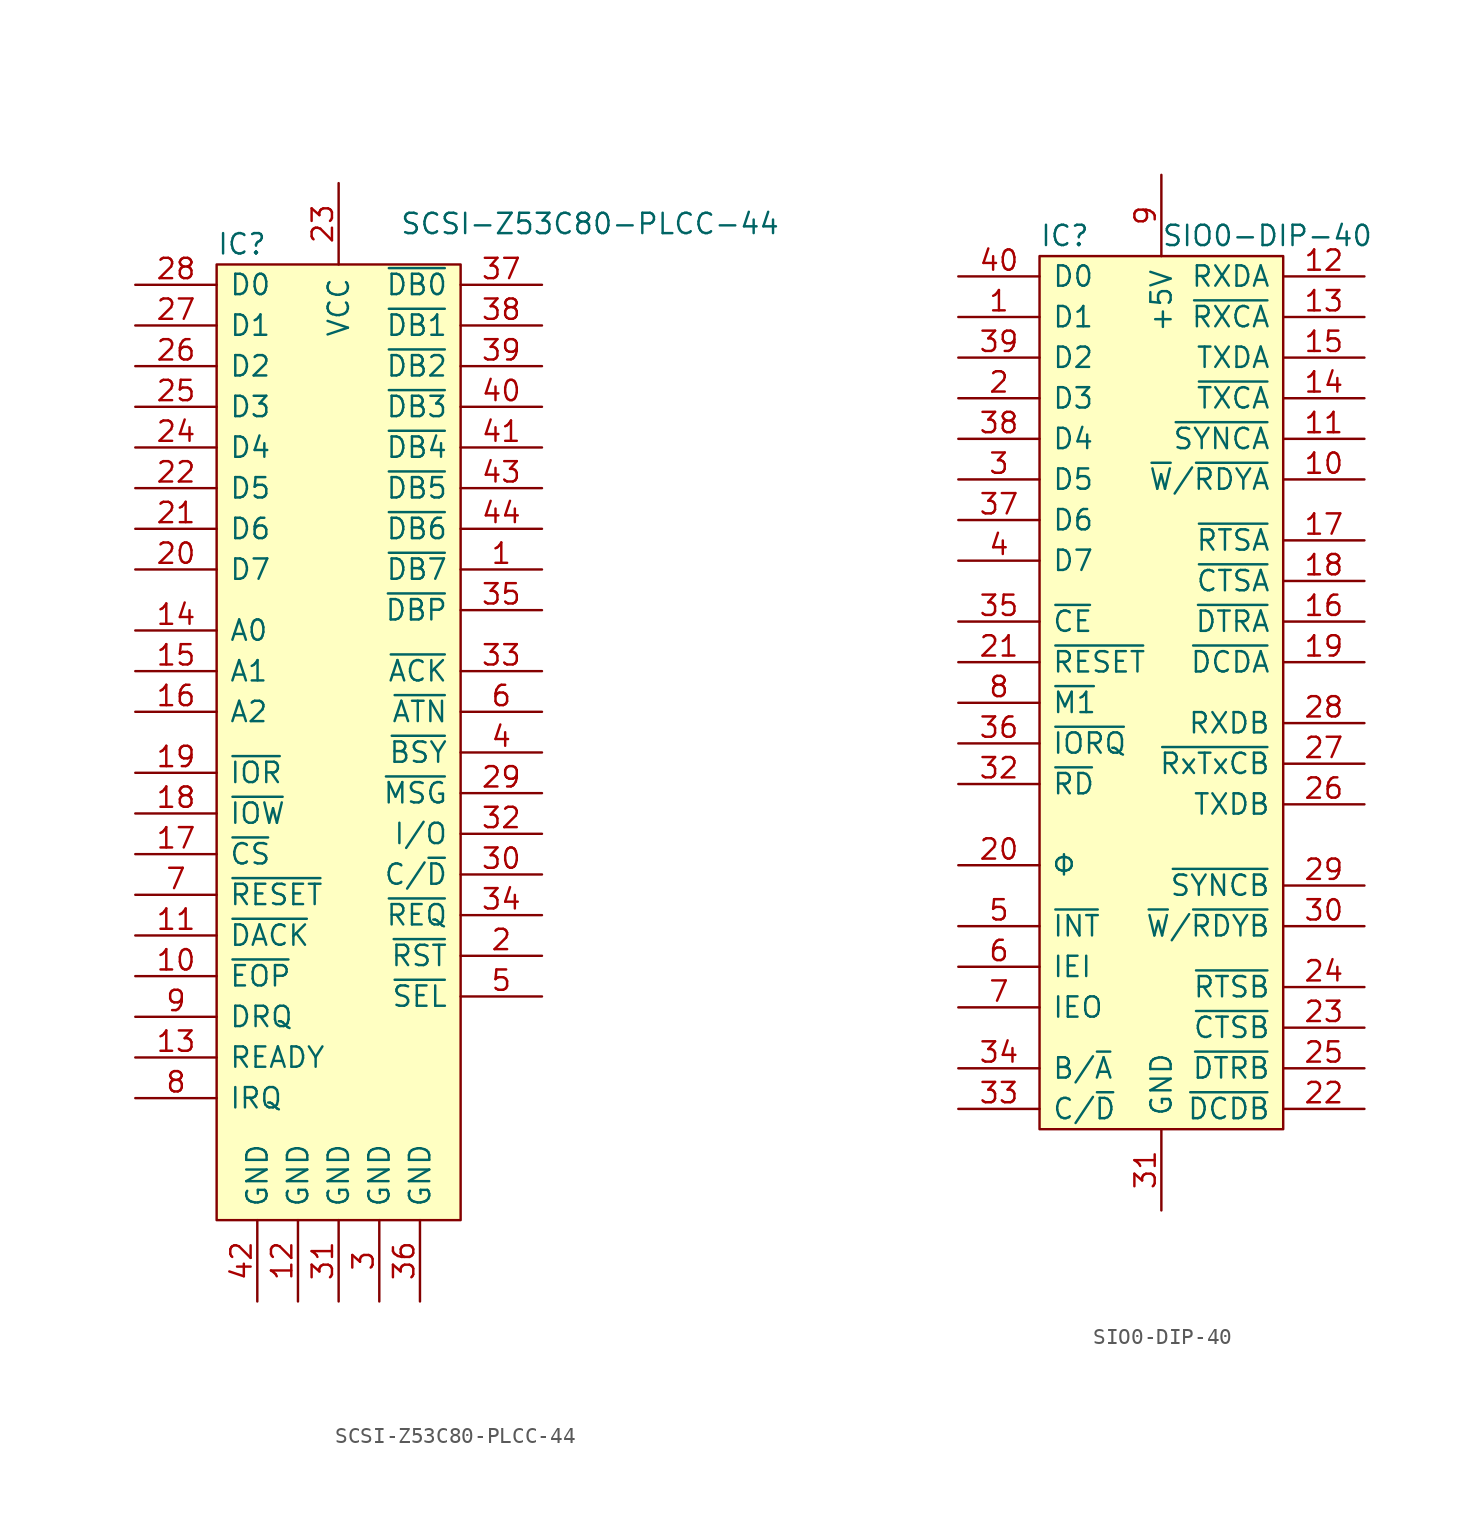
<source format=kicad_sym>
(kicad_symbol_lib
  (version 20211014)
  (generator kicad_symbol_editor)
  (symbol "SCSI-Z53C80-PLCC-44"
    (pin_names
      (offset 0.762))
    (property "Reference" "IC"
      (at 0 1.27 0)
      (effects (font (size 1.27 1.27)) (justify left)))
    (property "Value" "SCSI-Z53C80-PLCC-44"
      (at 11.43 2.54 0)
      (effects (font (size 1.27 1.27)) (justify left)))
    (symbol "SCSI-Z53C80-PLCC-44_0_0"
      (pin bidirectional line (at 20.32 -19.05 180) (length 5.08) (name "~{DB7}" (effects (font (size 1.27 1.27)))) (number "1" (effects (font (size 1.27 1.27)))))
      (pin input line (at -5.08 -44.45 0) (length 5.08) (name "~{EOP}" (effects (font (size 1.27 1.27)))) (number "10" (effects (font (size 1.27 1.27)))))
      (pin input line (at -5.08 -41.91 0) (length 5.08) (name "~{DACK}" (effects (font (size 1.27 1.27)))) (number "11" (effects (font (size 1.27 1.27)))))
      (pin power_in line (at 5.08 -64.77 90) (length 5.08) (name "GND" (effects (font (size 1.27 1.27)))) (number "12" (effects (font (size 1.27 1.27)))))
      (pin output line (at -5.08 -49.53 0) (length 5.08) (name "READY" (effects (font (size 1.27 1.27)))) (number "13" (effects (font (size 1.27 1.27)))))
      (pin input line (at -5.08 -22.86 0) (length 5.08) (name "A0" (effects (font (size 1.27 1.27)))) (number "14" (effects (font (size 1.27 1.27)))))
      (pin input line (at -5.08 -25.4 0) (length 5.08) (name "A1" (effects (font (size 1.27 1.27)))) (number "15" (effects (font (size 1.27 1.27)))))
      (pin input line (at -5.08 -27.94 0) (length 5.08) (name "A2" (effects (font (size 1.27 1.27)))) (number "16" (effects (font (size 1.27 1.27)))))
      (pin input line (at -5.08 -36.83 0) (length 5.08) (name "~{CS}" (effects (font (size 1.27 1.27)))) (number "17" (effects (font (size 1.27 1.27)))))
      (pin input line (at -5.08 -34.29 0) (length 5.08) (name "~{IOW}" (effects (font (size 1.27 1.27)))) (number "18" (effects (font (size 1.27 1.27)))))
      (pin input line (at -5.08 -31.75 0) (length 5.08) (name "~{IOR}" (effects (font (size 1.27 1.27)))) (number "19" (effects (font (size 1.27 1.27)))))
      (pin bidirectional line (at 20.32 -43.18 180) (length 5.08) (name "~{RST}" (effects (font (size 1.27 1.27)))) (number "2" (effects (font (size 1.27 1.27)))))
      (pin bidirectional line (at -5.08 -19.05 0) (length 5.08) (name "D7" (effects (font (size 1.27 1.27)))) (number "20" (effects (font (size 1.27 1.27)))))
      (pin bidirectional line (at -5.08 -16.51 0) (length 5.08) (name "D6" (effects (font (size 1.27 1.27)))) (number "21" (effects (font (size 1.27 1.27)))))
      (pin bidirectional line (at -5.08 -13.97 0) (length 5.08) (name "D5" (effects (font (size 1.27 1.27)))) (number "22" (effects (font (size 1.27 1.27)))))
      (pin power_in line (at 7.62 5.08 270) (length 5.08) (name "VCC" (effects (font (size 1.27 1.27)))) (number "23" (effects (font (size 1.27 1.27)))))
      (pin bidirectional line (at -5.08 -11.43 0) (length 5.08) (name "D4" (effects (font (size 1.27 1.27)))) (number "24" (effects (font (size 1.27 1.27)))))
      (pin bidirectional line (at -5.08 -8.89 0) (length 5.08) (name "D3" (effects (font (size 1.27 1.27)))) (number "25" (effects (font (size 1.27 1.27)))))
      (pin bidirectional line (at -5.08 -6.35 0) (length 5.08) (name "D2" (effects (font (size 1.27 1.27)))) (number "26" (effects (font (size 1.27 1.27)))))
      (pin bidirectional line (at -5.08 -3.81 0) (length 5.08) (name "D1" (effects (font (size 1.27 1.27)))) (number "27" (effects (font (size 1.27 1.27)))))
      (pin bidirectional line (at -5.08 -1.27 0) (length 5.08) (name "D0" (effects (font (size 1.27 1.27)))) (number "28" (effects (font (size 1.27 1.27)))))
      (pin bidirectional line (at 20.32 -33.02 180) (length 5.08) (name "~{MSG}" (effects (font (size 1.27 1.27)))) (number "29" (effects (font (size 1.27 1.27)))))
      (pin bidirectional line (at 10.16 -64.77 90) (length 5.08) (name "GND" (effects (font (size 1.27 1.27)))) (number "3" (effects (font (size 1.27 1.27)))))
      (pin bidirectional line (at 20.32 -38.1 180) (length 5.08) (name "C/~{D}" (effects (font (size 1.27 1.27)))) (number "30" (effects (font (size 1.27 1.27)))))
      (pin power_in line (at 7.62 -64.77 90) (length 5.08) (name "GND" (effects (font (size 1.27 1.27)))) (number "31" (effects (font (size 1.27 1.27)))))
      (pin bidirectional line (at 20.32 -35.56 180) (length 5.08) (name "I/O" (effects (font (size 1.27 1.27)))) (number "32" (effects (font (size 1.27 1.27)))))
      (pin bidirectional line (at 20.32 -25.4 180) (length 5.08) (name "~{ACK}" (effects (font (size 1.27 1.27)))) (number "33" (effects (font (size 1.27 1.27)))))
      (pin bidirectional line (at 20.32 -40.64 180) (length 5.08) (name "~{REQ}" (effects (font (size 1.27 1.27)))) (number "34" (effects (font (size 1.27 1.27)))))
      (pin bidirectional line (at 20.32 -21.59 180) (length 5.08) (name "~{DBP}" (effects (font (size 1.27 1.27)))) (number "35" (effects (font (size 1.27 1.27)))))
      (pin power_in line (at 12.7 -64.77 90) (length 5.08) (name "GND" (effects (font (size 1.27 1.27)))) (number "36" (effects (font (size 1.27 1.27)))))
      (pin bidirectional line (at 20.32 -1.27 180) (length 5.08) (name "~{DB0}" (effects (font (size 1.27 1.27)))) (number "37" (effects (font (size 1.27 1.27)))))
      (pin bidirectional line (at 20.32 -3.81 180) (length 5.08) (name "~{DB1}" (effects (font (size 1.27 1.27)))) (number "38" (effects (font (size 1.27 1.27)))))
      (pin bidirectional line (at 20.32 -6.35 180) (length 5.08) (name "~{DB2}" (effects (font (size 1.27 1.27)))) (number "39" (effects (font (size 1.27 1.27)))))
      (pin bidirectional line (at 20.32 -30.48 180) (length 5.08) (name "~{BSY}" (effects (font (size 1.27 1.27)))) (number "4" (effects (font (size 1.27 1.27)))))
      (pin bidirectional line (at 20.32 -8.89 180) (length 5.08) (name "~{DB3}" (effects (font (size 1.27 1.27)))) (number "40" (effects (font (size 1.27 1.27)))))
      (pin bidirectional line (at 20.32 -11.43 180) (length 5.08) (name "~{DB4}" (effects (font (size 1.27 1.27)))) (number "41" (effects (font (size 1.27 1.27)))))
      (pin power_in line (at 2.54 -64.77 90) (length 5.08) (name "GND" (effects (font (size 1.27 1.27)))) (number "42" (effects (font (size 1.27 1.27)))))
      (pin bidirectional line (at 20.32 -13.97 180) (length 5.08) (name "~{DB5}" (effects (font (size 1.27 1.27)))) (number "43" (effects (font (size 1.27 1.27)))))
      (pin bidirectional line (at 20.32 -16.51 180) (length 5.08) (name "~{DB6}" (effects (font (size 1.27 1.27)))) (number "44" (effects (font (size 1.27 1.27)))))
      (pin bidirectional line (at 20.32 -45.72 180) (length 5.08) (name "~{SEL}" (effects (font (size 1.27 1.27)))) (number "5" (effects (font (size 1.27 1.27)))))
      (pin bidirectional line (at 20.32 -27.94 180) (length 5.08) (name "~{ATN}" (effects (font (size 1.27 1.27)))) (number "6" (effects (font (size 1.27 1.27)))))
      (pin input line (at -5.08 -39.37 0) (length 5.08) (name "~{RESET}" (effects (font (size 1.27 1.27)))) (number "7" (effects (font (size 1.27 1.27)))))
      (pin output line (at -5.08 -52.07 0) (length 5.08) (name "IRQ" (effects (font (size 1.27 1.27)))) (number "8" (effects (font (size 1.27 1.27)))))
      (pin output line (at -5.08 -46.99 0) (length 5.08) (name "DRQ" (effects (font (size 1.27 1.27)))) (number "9" (effects (font (size 1.27 1.27))))))
    (symbol "SCSI-Z53C80-PLCC-44_0_1"
      (rectangle (start 0 0) (end 15.24 -59.69) (stroke (width 0) (type default) (color 0 0 0 0)) (fill (type background)))))
  (symbol "SIO0-DIP-40"
    (pin_names
      (offset 0.762))
    (property "Reference" "IC"
      (at 0 1.27 0)
      (effects (font (size 1.27 1.27)) (justify left)))
    (property "Value" "SIO0-DIP-40"
      (at 7.62 1.27 0)
      (effects (font (size 1.27 1.27)) (justify left)))
    (symbol "SIO0-DIP-40_0_0"
      (pin bidirectional line (at -5.08 -3.81 0) (length 5.08) (name "D1" (effects (font (size 1.27 1.27)))) (number "1" (effects (font (size 1.27 1.27)))))
      (pin output line (at 20.32 -13.97 180) (length 5.08) (name "~{W}/~{RDYA}" (effects (font (size 1.27 1.27)))) (number "10" (effects (font (size 1.27 1.27)))))
      (pin bidirectional line (at 20.32 -11.43 180) (length 5.08) (name "~{SYNCA}" (effects (font (size 1.27 1.27)))) (number "11" (effects (font (size 1.27 1.27)))))
      (pin input line (at 20.32 -1.27 180) (length 5.08) (name "RXDA" (effects (font (size 1.27 1.27)))) (number "12" (effects (font (size 1.27 1.27)))))
      (pin input line (at 20.32 -3.81 180) (length 5.08) (name "~{RXCA}" (effects (font (size 1.27 1.27)))) (number "13" (effects (font (size 1.27 1.27)))))
      (pin output line (at 20.32 -8.89 180) (length 5.08) (name "~{TXCA}" (effects (font (size 1.27 1.27)))) (number "14" (effects (font (size 1.27 1.27)))))
      (pin output line (at 20.32 -6.35 180) (length 5.08) (name "TXDA" (effects (font (size 1.27 1.27)))) (number "15" (effects (font (size 1.27 1.27)))))
      (pin output line (at 20.32 -22.86 180) (length 5.08) (name "~{DTRA}" (effects (font (size 1.27 1.27)))) (number "16" (effects (font (size 1.27 1.27)))))
      (pin output line (at 20.32 -17.78 180) (length 5.08) (name "~{RTSA}" (effects (font (size 1.27 1.27)))) (number "17" (effects (font (size 1.27 1.27)))))
      (pin input line (at 20.32 -20.32 180) (length 5.08) (name "~{CTSA}" (effects (font (size 1.27 1.27)))) (number "18" (effects (font (size 1.27 1.27)))))
      (pin input line (at 20.32 -25.4 180) (length 5.08) (name "~{DCDA}" (effects (font (size 1.27 1.27)))) (number "19" (effects (font (size 1.27 1.27)))))
      (pin bidirectional line (at -5.08 -8.89 0) (length 5.08) (name "D3" (effects (font (size 1.27 1.27)))) (number "2" (effects (font (size 1.27 1.27)))))
      (pin input line (at -5.08 -38.1 0) (length 5.08) (name "Φ" (effects (font (size 1.27 1.27)))) (number "20" (effects (font (size 1.27 1.27)))))
      (pin input line (at -5.08 -25.4 0) (length 5.08) (name "~{RESET}" (effects (font (size 1.27 1.27)))) (number "21" (effects (font (size 1.27 1.27)))))
      (pin input line (at 20.32 -53.34 180) (length 5.08) (name "~{DCDB}" (effects (font (size 1.27 1.27)))) (number "22" (effects (font (size 1.27 1.27)))))
      (pin input line (at 20.32 -48.26 180) (length 5.08) (name "~{CTSB}" (effects (font (size 1.27 1.27)))) (number "23" (effects (font (size 1.27 1.27)))))
      (pin output line (at 20.32 -45.72 180) (length 5.08) (name "~{RTSB}" (effects (font (size 1.27 1.27)))) (number "24" (effects (font (size 1.27 1.27)))))
      (pin output line (at 20.32 -50.8 180) (length 5.08) (name "~{DTRB}" (effects (font (size 1.27 1.27)))) (number "25" (effects (font (size 1.27 1.27)))))
      (pin output line (at 20.32 -34.29 180) (length 5.08) (name "TXDB" (effects (font (size 1.27 1.27)))) (number "26" (effects (font (size 1.27 1.27)))))
      (pin input line (at 20.32 -31.75 180) (length 5.08) (name "~{RxTxCB}" (effects (font (size 1.27 1.27)))) (number "27" (effects (font (size 1.27 1.27)))))
      (pin input line (at 20.32 -29.21 180) (length 5.08) (name "RXDB" (effects (font (size 1.27 1.27)))) (number "28" (effects (font (size 1.27 1.27)))))
      (pin input line (at 20.32 -39.37 180) (length 5.08) (name "~{SYNCB}" (effects (font (size 1.27 1.27)))) (number "29" (effects (font (size 1.27 1.27)))))
      (pin bidirectional line (at -5.08 -13.97 0) (length 5.08) (name "D5" (effects (font (size 1.27 1.27)))) (number "3" (effects (font (size 1.27 1.27)))))
      (pin output line (at 20.32 -41.91 180) (length 5.08) (name "~{W}/~{RDYB}" (effects (font (size 1.27 1.27)))) (number "30" (effects (font (size 1.27 1.27)))))
      (pin power_in line (at 7.62 -59.69 90) (length 5.08) (name "GND" (effects (font (size 1.27 1.27)))) (number "31" (effects (font (size 1.27 1.27)))))
      (pin input line (at -5.08 -33.02 0) (length 5.08) (name "~{RD}" (effects (font (size 1.27 1.27)))) (number "32" (effects (font (size 1.27 1.27)))))
      (pin input line (at -5.08 -53.34 0) (length 5.08) (name "C/~{D}" (effects (font (size 1.27 1.27)))) (number "33" (effects (font (size 1.27 1.27)))))
      (pin input line (at -5.08 -50.8 0) (length 5.08) (name "B/~{A}" (effects (font (size 1.27 1.27)))) (number "34" (effects (font (size 1.27 1.27)))))
      (pin input line (at -5.08 -22.86 0) (length 5.08) (name "~{CE}" (effects (font (size 1.27 1.27)))) (number "35" (effects (font (size 1.27 1.27)))))
      (pin input line (at -5.08 -30.48 0) (length 5.08) (name "~{IORQ}" (effects (font (size 1.27 1.27)))) (number "36" (effects (font (size 1.27 1.27)))))
      (pin bidirectional line (at -5.08 -16.51 0) (length 5.08) (name "D6" (effects (font (size 1.27 1.27)))) (number "37" (effects (font (size 1.27 1.27)))))
      (pin bidirectional line (at -5.08 -11.43 0) (length 5.08) (name "D4" (effects (font (size 1.27 1.27)))) (number "38" (effects (font (size 1.27 1.27)))))
      (pin bidirectional line (at -5.08 -6.35 0) (length 5.08) (name "D2" (effects (font (size 1.27 1.27)))) (number "39" (effects (font (size 1.27 1.27)))))
      (pin bidirectional line (at -5.08 -19.05 0) (length 5.08) (name "D7" (effects (font (size 1.27 1.27)))) (number "4" (effects (font (size 1.27 1.27)))))
      (pin bidirectional line (at -5.08 -1.27 0) (length 5.08) (name "D0" (effects (font (size 1.27 1.27)))) (number "40" (effects (font (size 1.27 1.27)))))
      (pin open_collector line (at -5.08 -41.91 0) (length 5.08) (name "~{INT}" (effects (font (size 1.27 1.27)))) (number "5" (effects (font (size 1.27 1.27)))))
      (pin input line (at -5.08 -44.45 0) (length 5.08) (name "IEI" (effects (font (size 1.27 1.27)))) (number "6" (effects (font (size 1.27 1.27)))))
      (pin output line (at -5.08 -46.99 0) (length 5.08) (name "IEO" (effects (font (size 1.27 1.27)))) (number "7" (effects (font (size 1.27 1.27)))))
      (pin input line (at -5.08 -27.94 0) (length 5.08) (name "~{M1}" (effects (font (size 1.27 1.27)))) (number "8" (effects (font (size 1.27 1.27)))))
      (pin power_in line (at 7.62 5.08 270) (length 5.08) (name "+5V" (effects (font (size 1.27 1.27)))) (number "9" (effects (font (size 1.27 1.27))))))
    (symbol "SIO0-DIP-40_0_1"
      (rectangle (start 0 0) (end 15.24 -54.61) (stroke (width 0) (type default) (color 0 0 0 0)) (fill (type background))))))
</source>
